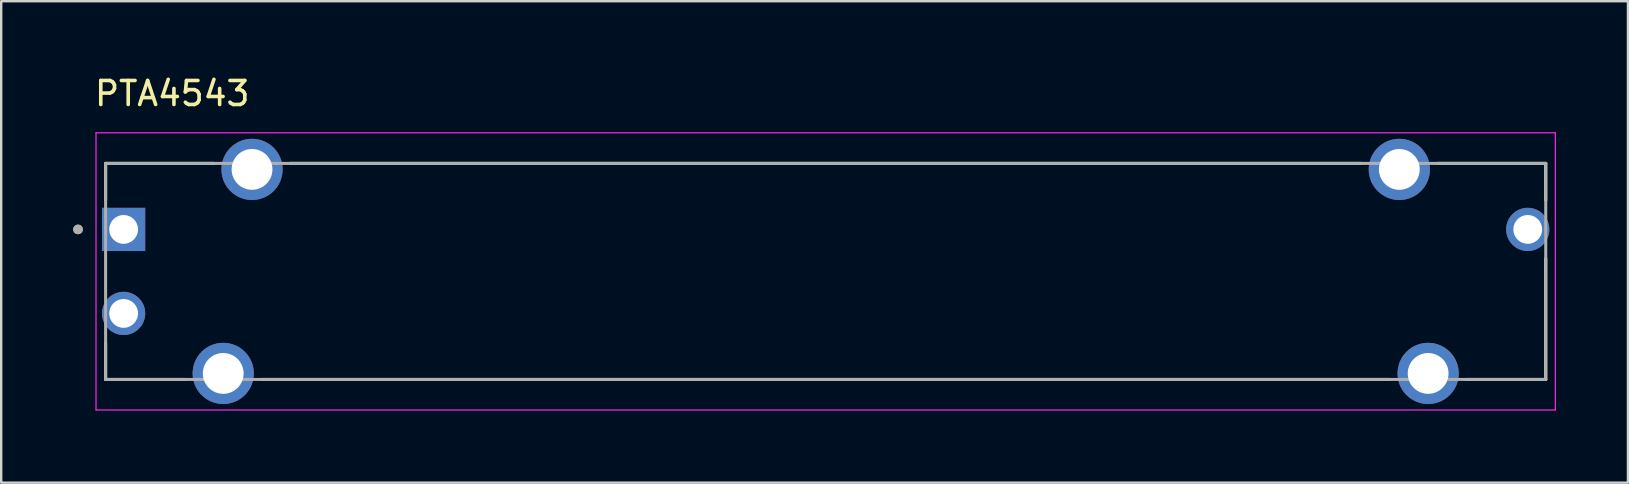
<source format=kicad_pcb>
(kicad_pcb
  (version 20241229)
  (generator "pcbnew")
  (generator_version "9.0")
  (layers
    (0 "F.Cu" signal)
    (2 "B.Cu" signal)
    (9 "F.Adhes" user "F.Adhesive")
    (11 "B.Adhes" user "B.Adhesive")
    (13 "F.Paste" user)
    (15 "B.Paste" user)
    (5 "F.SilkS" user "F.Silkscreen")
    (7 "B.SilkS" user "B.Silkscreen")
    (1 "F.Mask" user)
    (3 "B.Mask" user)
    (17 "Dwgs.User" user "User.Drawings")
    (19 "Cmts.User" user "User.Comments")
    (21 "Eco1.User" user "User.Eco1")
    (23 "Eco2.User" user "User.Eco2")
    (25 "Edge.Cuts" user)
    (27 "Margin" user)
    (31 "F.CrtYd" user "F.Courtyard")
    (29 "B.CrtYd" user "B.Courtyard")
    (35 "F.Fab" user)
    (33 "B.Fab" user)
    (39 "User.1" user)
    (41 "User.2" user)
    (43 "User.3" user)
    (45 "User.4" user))
  (footprint "PTA4543"
    (layer "F.Cu")
    (at 31.35 8.258)
    (property "Reference" "PTA4543" (at -27.225 -7.41 0) (layer "F.SilkS") (effects (font (size 1 1) (thickness 0.15))))
    (attr through_hole)
    (fp_line (start -30 -4.5) (end -30 -2.97) (stroke (width 0.127) (type solid)) (layer "F.SilkS"))
    (fp_line (start -30 -4.5) (end -25.495 -4.5) (stroke (width 0.127) (type solid)) (layer "F.SilkS"))
    (fp_line (start -30 4.5) (end -30 2.97) (stroke (width 0.127) (type solid)) (layer "F.SilkS"))
    (fp_line (start -30 4.5) (end -26.695 4.5) (stroke (width 0.127) (type solid)) (layer "F.SilkS"))
    (fp_line (start -23.505 4.5) (end 23.505 4.5) (stroke (width 0.127) (type solid)) (layer "F.SilkS"))
    (fp_line (start -22.305 -4.5) (end 22.305 -4.5) (stroke (width 0.127) (type solid)) (layer "F.SilkS"))
    (fp_line (start 25.495 -4.5) (end 30 -4.5) (stroke (width 0.127) (type solid)) (layer "F.SilkS"))
    (fp_line (start 26.695 4.5) (end 30 4.5) (stroke (width 0.127) (type solid)) (layer "F.SilkS"))
    (fp_line (start 30 -4.5) (end 30 -2.97) (stroke (width 0.127) (type solid)) (layer "F.SilkS"))
    (fp_line (start 30 4.5) (end 30 -0.53) (stroke (width 0.127) (type solid)) (layer "F.SilkS"))
    (fp_circle (center -31.15 -1.75) (end -31.05 -1.75) (stroke (width 0.2) (type solid)) (fill no) (layer "F.SilkS"))
    (fp_line (start -30.4 -5.775) (end -30.4 5.775) (stroke (width 0.05) (type solid)) (layer "F.CrtYd"))
    (fp_line (start -30.4 5.775) (end 30.4 5.775) (stroke (width 0.05) (type solid)) (layer "F.CrtYd"))
    (fp_line (start 30.4 -5.775) (end -30.4 -5.775) (stroke (width 0.05) (type solid)) (layer "F.CrtYd"))
    (fp_line (start 30.4 5.775) (end 30.4 -5.775) (stroke (width 0.05) (type solid)) (layer "F.CrtYd"))
    (fp_line (start -30 -4.5) (end -30 4.5) (stroke (width 0.127) (type solid)) (layer "F.Fab"))
    (fp_line (start -30 -4.5) (end 30 -4.5) (stroke (width 0.127) (type solid)) (layer "F.Fab"))
    (fp_line (start -30 4.5) (end 30 4.5) (stroke (width 0.127) (type solid)) (layer "F.Fab"))
    (fp_line (start 30 -4.5) (end 30 4.5) (stroke (width 0.127) (type solid)) (layer "F.Fab"))
    (fp_circle (center -31.15 -1.75) (end -31.05 -1.75) (stroke (width 0.2) (type solid)) (fill no) (layer "F.Fab"))
    (pad "1" thru_hole rect (at -29.25 -1.75) (size 1.8 1.8) (drill 1.2) (layers "*.Cu" "*.Mask"))
    (pad "2" thru_hole circle (at -29.25 1.75) (size 1.8 1.8) (drill 1.2) (layers "*.Cu" "*.Mask"))
    (pad "3" thru_hole circle (at 29.25 -1.75) (size 1.8 1.8) (drill 1.2) (layers "*.Cu" "*.Mask"))
    (pad "S1" thru_hole circle (at -23.9 -4.25) (size 2.55 2.55) (drill 1.7) (layers "*.Cu" "*.Mask"))
    (pad "S2" thru_hole circle (at -25.1 4.25) (size 2.55 2.55) (drill 1.7) (layers "*.Cu" "*.Mask"))
    (pad "S3" thru_hole circle (at 23.9 -4.25) (size 2.55 2.55) (drill 1.7) (layers "*.Cu" "*.Mask"))
    (pad "S4" thru_hole circle (at 25.1 4.25) (size 2.55 2.55) (drill 1.7) (layers "*.Cu" "*.Mask")))
  (gr_rect
    (start -3 -3)
    (end 64.775 17.058)
    (stroke (width 0.1) (type default))
    (fill no)
    (layer "Edge.Cuts")))
</source>
